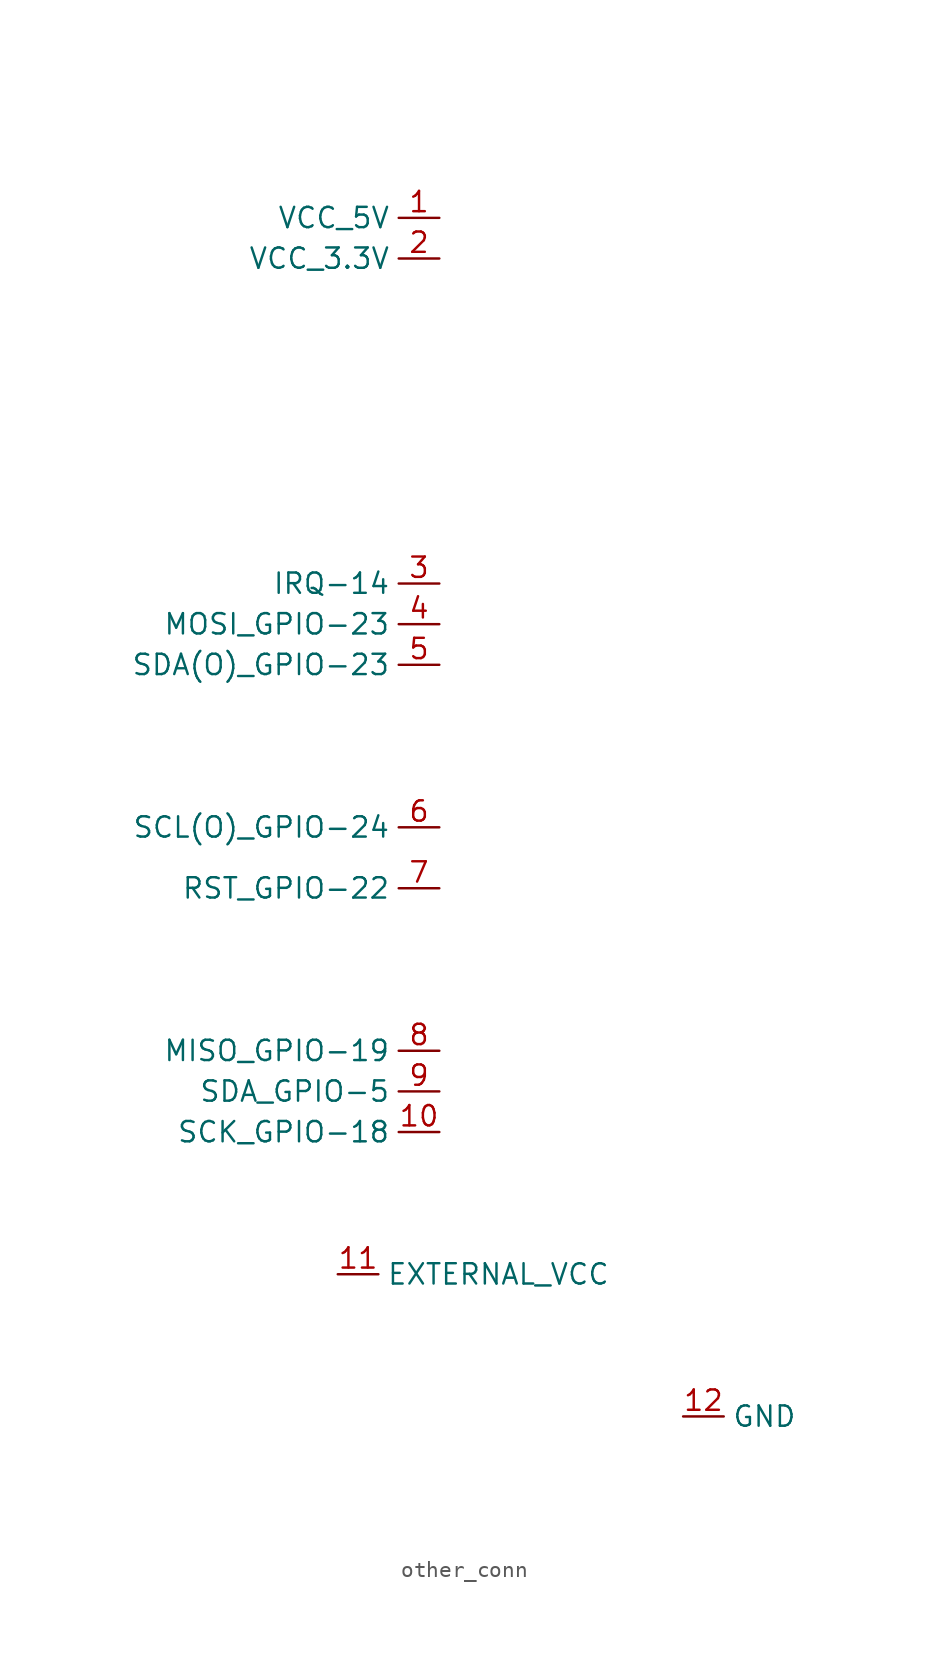
<source format=kicad_sym>
(kicad_symbol_lib
  (version 20231120)
  (generator "kicad_symbol_editor")
  (generator_version "8.0")
  (symbol "other_conn"
    (property "Reference" "U"
      (at 0 0 0)
      (effects (font (size 1.27 1.27)) (hide yes)))
    (property "Value" ""
      (at 0 0 0)
      (effects (font (size 1.27 1.27))))
    (symbol "other_conn_1_1"
      (pin input line (at 2.54 -1.27 180) (length 2.54) (name "VCC_5V" (effects (font (size 1.27 1.27)))) (number "1" (effects (font (size 1.27 1.27)))))
      (pin input line (at 2.54 -58.42 180) (length 2.54) (name "SCK_GPIO-18" (effects (font (size 1.27 1.27)))) (number "10" (effects (font (size 1.27 1.27)))))
      (pin input line (at -3.81 -67.31 0) (length 2.54) (name "EXTERNAL_VCC" (effects (font (size 1.27 1.27)))) (number "11" (effects (font (size 1.27 1.27)))))
      (pin input line (at 17.78 -76.2 0) (length 2.54) (name "GND" (effects (font (size 1.27 1.27)))) (number "12" (effects (font (size 1.27 1.27)))))
      (pin input line (at 2.54 -3.81 180) (length 2.54) (name "VCC_3.3V" (effects (font (size 1.27 1.27)))) (number "2" (effects (font (size 1.27 1.27)))))
      (pin input line (at 2.54 -24.13 180) (length 2.54) (name "IRQ-14" (effects (font (size 1.27 1.27)))) (number "3" (effects (font (size 1.27 1.27)))))
      (pin input line (at 2.54 -26.67 180) (length 2.54) (name "MOSI_GPIO-23" (effects (font (size 1.27 1.27)))) (number "4" (effects (font (size 1.27 1.27)))))
      (pin input line (at 2.54 -29.21 180) (length 2.54) (name "SDA(O)_GPIO-23" (effects (font (size 1.27 1.27)))) (number "5" (effects (font (size 1.27 1.27)))))
      (pin input line (at 2.54 -39.37 180) (length 2.54) (name "SCL(O)_GPIO-24" (effects (font (size 1.27 1.27)))) (number "6" (effects (font (size 1.27 1.27)))))
      (pin input line (at 2.54 -43.18 180) (length 2.54) (name "RST_GPIO-22" (effects (font (size 1.27 1.27)))) (number "7" (effects (font (size 1.27 1.27)))))
      (pin input line (at 2.54 -53.34 180) (length 2.54) (name "MISO_GPIO-19" (effects (font (size 1.27 1.27)))) (number "8" (effects (font (size 1.27 1.27)))))
      (pin input line (at 2.54 -55.88 180) (length 2.54) (name "SDA_GPIO-5" (effects (font (size 1.27 1.27)))) (number "9" (effects (font (size 1.27 1.27))))))))
</source>
